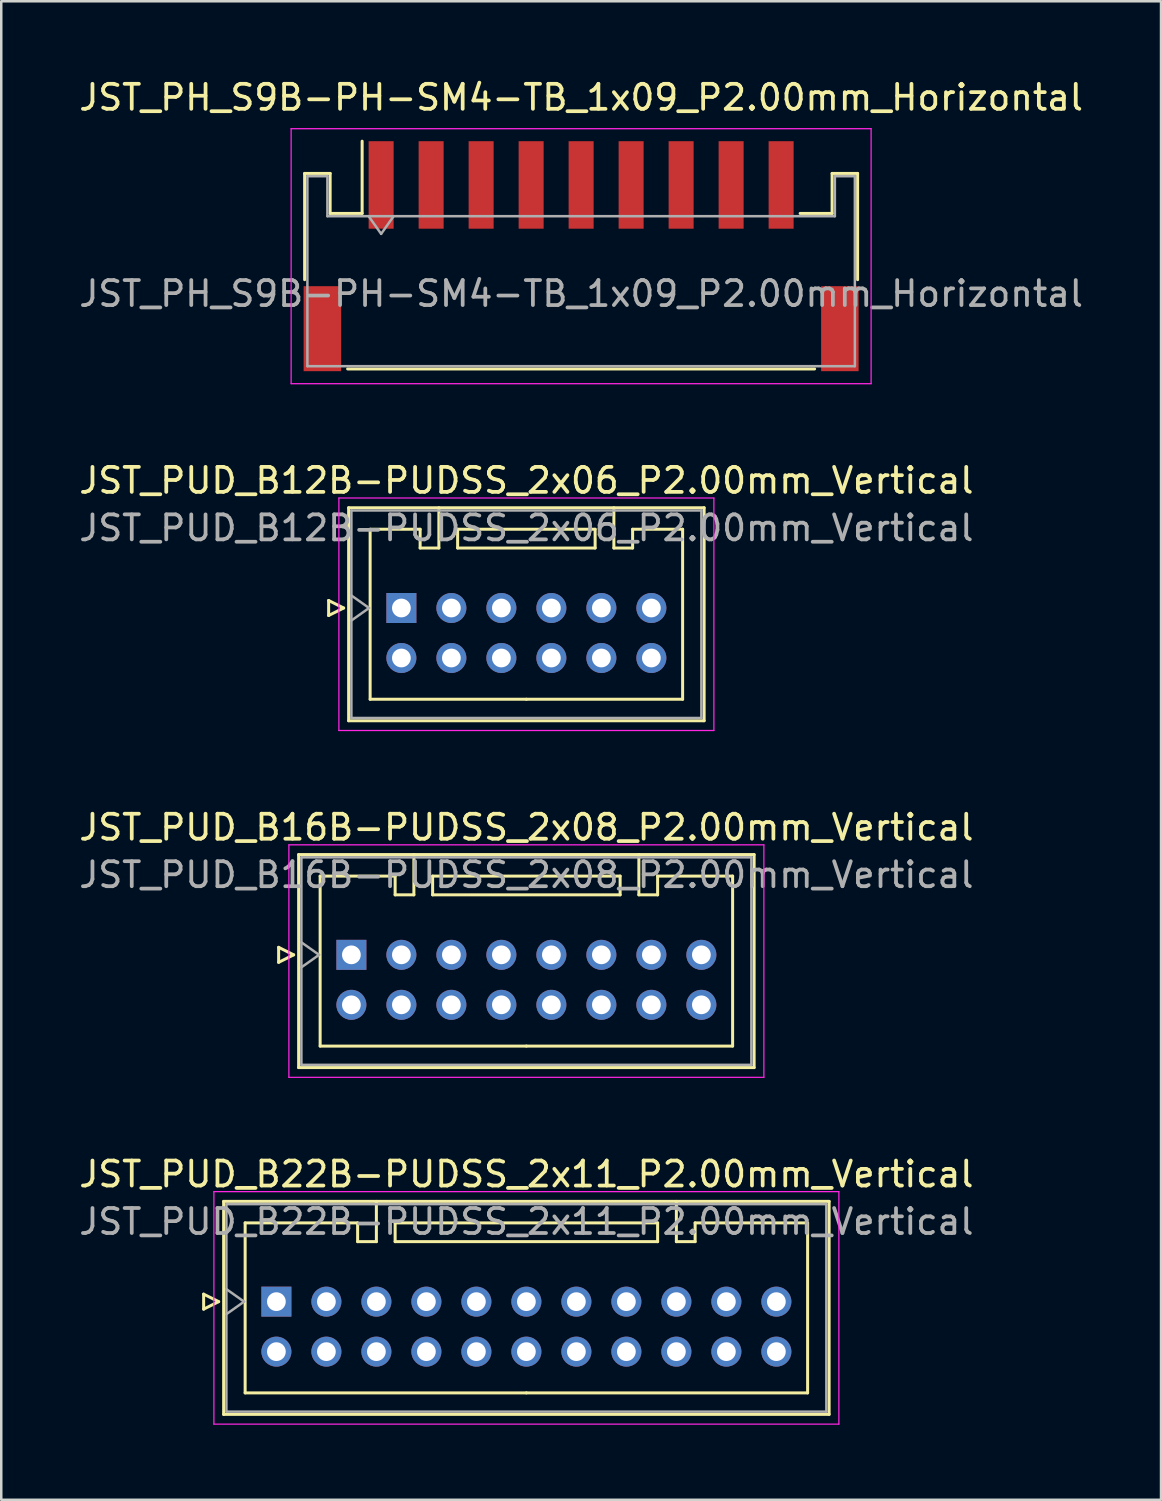
<source format=kicad_pcb>
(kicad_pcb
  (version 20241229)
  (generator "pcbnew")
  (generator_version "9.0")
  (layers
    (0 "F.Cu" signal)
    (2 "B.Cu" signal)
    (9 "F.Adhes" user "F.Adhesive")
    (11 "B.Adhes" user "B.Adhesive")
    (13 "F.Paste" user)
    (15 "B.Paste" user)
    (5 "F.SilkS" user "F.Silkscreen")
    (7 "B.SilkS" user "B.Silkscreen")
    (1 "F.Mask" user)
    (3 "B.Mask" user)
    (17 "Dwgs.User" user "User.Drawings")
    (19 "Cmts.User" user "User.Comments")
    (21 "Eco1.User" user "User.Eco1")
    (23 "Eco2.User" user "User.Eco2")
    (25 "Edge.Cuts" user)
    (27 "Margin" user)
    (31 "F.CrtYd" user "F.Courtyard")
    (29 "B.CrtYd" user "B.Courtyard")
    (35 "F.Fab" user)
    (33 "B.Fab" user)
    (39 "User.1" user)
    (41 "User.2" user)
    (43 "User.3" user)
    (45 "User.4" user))
  (footprint "JST_PUD_B16B-PUDSS_2x08_P2.00mm_Vertical"
    (layer "F.Cu")
    (at 11.006 35.145)
    (property "Reference" "JST_PUD_B16B-PUDSS_2x08_P2.00mm_Vertical" (at 7 -5.1 0) (layer "F.SilkS") (effects (font (size 1 1) (thickness 0.15))))
    (attr through_hole)
    (fp_line (start -2.91 -0.3) (end -2.31 0) (stroke (width 0.12) (type solid)) (layer "F.SilkS"))
    (fp_line (start -2.91 0.3) (end -2.91 -0.3) (stroke (width 0.12) (type solid)) (layer "F.SilkS"))
    (fp_line (start -2.31 0) (end -2.91 0.3) (stroke (width 0.12) (type solid)) (layer "F.SilkS"))
    (fp_line (start -2.11 -4.01) (end -2.11 4.51) (stroke (width 0.12) (type solid)) (layer "F.SilkS"))
    (fp_line (start -2.11 4.51) (end 16.11 4.51) (stroke (width 0.12) (type solid)) (layer "F.SilkS"))
    (fp_line (start -1.25 -3.15) (end -1.25 3.65) (stroke (width 0.12) (type solid)) (layer "F.SilkS"))
    (fp_line (start -1.25 3.65) (end 7 3.65) (stroke (width 0.12) (type solid)) (layer "F.SilkS"))
    (fp_line (start 1.75 -3.15) (end -1.25 -3.15) (stroke (width 0.12) (type solid)) (layer "F.SilkS"))
    (fp_line (start 1.75 -2.4) (end 1.75 -3.15) (stroke (width 0.12) (type solid)) (layer "F.SilkS"))
    (fp_line (start 2.5 -4.01) (end 2.5 -2.4) (stroke (width 0.12) (type solid)) (layer "F.SilkS"))
    (fp_line (start 2.5 -2.4) (end 1.75 -2.4) (stroke (width 0.12) (type solid)) (layer "F.SilkS"))
    (fp_line (start 3.25 -3.15) (end 3.25 -2.4) (stroke (width 0.12) (type solid)) (layer "F.SilkS"))
    (fp_line (start 3.25 -2.4) (end 10.75 -2.4) (stroke (width 0.12) (type solid)) (layer "F.SilkS"))
    (fp_line (start 10.75 -3.15) (end 3.25 -3.15) (stroke (width 0.12) (type solid)) (layer "F.SilkS"))
    (fp_line (start 10.75 -2.4) (end 10.75 -3.15) (stroke (width 0.12) (type solid)) (layer "F.SilkS"))
    (fp_line (start 11.5 -4.01) (end 11.5 -2.4) (stroke (width 0.12) (type solid)) (layer "F.SilkS"))
    (fp_line (start 11.5 -2.4) (end 12.25 -2.4) (stroke (width 0.12) (type solid)) (layer "F.SilkS"))
    (fp_line (start 12.25 -3.15) (end 15.25 -3.15) (stroke (width 0.12) (type solid)) (layer "F.SilkS"))
    (fp_line (start 12.25 -2.4) (end 12.25 -3.15) (stroke (width 0.12) (type solid)) (layer "F.SilkS"))
    (fp_line (start 15.25 -3.15) (end 15.25 3.65) (stroke (width 0.12) (type solid)) (layer "F.SilkS"))
    (fp_line (start 15.25 3.65) (end 7 3.65) (stroke (width 0.12) (type solid)) (layer "F.SilkS"))
    (fp_line (start 16.11 -4.01) (end -2.11 -4.01) (stroke (width 0.12) (type solid)) (layer "F.SilkS"))
    (fp_line (start 16.11 4.51) (end 16.11 -4.01) (stroke (width 0.12) (type solid)) (layer "F.SilkS"))
    (fp_line (start -2.5 -4.4) (end -2.5 4.9) (stroke (width 0.05) (type solid)) (layer "F.CrtYd"))
    (fp_line (start -2.5 4.9) (end 16.5 4.9) (stroke (width 0.05) (type solid)) (layer "F.CrtYd"))
    (fp_line (start 16.5 -4.4) (end -2.5 -4.4) (stroke (width 0.05) (type solid)) (layer "F.CrtYd"))
    (fp_line (start 16.5 4.9) (end 16.5 -4.4) (stroke (width 0.05) (type solid)) (layer "F.CrtYd"))
    (fp_line (start -2 -3.9) (end -2 4.4) (stroke (width 0.1) (type solid)) (layer "F.Fab"))
    (fp_line (start -2 0.5) (end -1.293 0) (stroke (width 0.1) (type solid)) (layer "F.Fab"))
    (fp_line (start -2 4.4) (end 16 4.4) (stroke (width 0.1) (type solid)) (layer "F.Fab"))
    (fp_line (start -1.293 0) (end -2 -0.5) (stroke (width 0.1) (type solid)) (layer "F.Fab"))
    (fp_line (start 16 -3.9) (end -2 -3.9) (stroke (width 0.1) (type solid)) (layer "F.Fab"))
    (fp_line (start 16 4.4) (end 16 -3.9) (stroke (width 0.1) (type solid)) (layer "F.Fab"))
    (fp_text user "${REFERENCE}" (at 7 -3.2 0) (layer "F.Fab") (effects (font (size 1 1) (thickness 0.15))))
    (pad "1" thru_hole rect (at 0 0) (size 1.2 1.2) (drill 0.75) (layers "*.Cu" "*.Mask"))
    (pad "2" thru_hole circle (at 0 2) (size 1.2 1.2) (drill 0.75) (layers "*.Cu" "*.Mask"))
    (pad "3" thru_hole circle (at 2 0) (size 1.2 1.2) (drill 0.75) (layers "*.Cu" "*.Mask"))
    (pad "4" thru_hole circle (at 2 2) (size 1.2 1.2) (drill 0.75) (layers "*.Cu" "*.Mask"))
    (pad "5" thru_hole circle (at 4 0) (size 1.2 1.2) (drill 0.75) (layers "*.Cu" "*.Mask"))
    (pad "6" thru_hole circle (at 4 2) (size 1.2 1.2) (drill 0.75) (layers "*.Cu" "*.Mask"))
    (pad "7" thru_hole circle (at 6 0) (size 1.2 1.2) (drill 0.75) (layers "*.Cu" "*.Mask"))
    (pad "8" thru_hole circle (at 6 2) (size 1.2 1.2) (drill 0.75) (layers "*.Cu" "*.Mask"))
    (pad "9" thru_hole circle (at 8 0) (size 1.2 1.2) (drill 0.75) (layers "*.Cu" "*.Mask"))
    (pad "10" thru_hole circle (at 8 2) (size 1.2 1.2) (drill 0.75) (layers "*.Cu" "*.Mask"))
    (pad "11" thru_hole circle (at 10 0) (size 1.2 1.2) (drill 0.75) (layers "*.Cu" "*.Mask"))
    (pad "12" thru_hole circle (at 10 2) (size 1.2 1.2) (drill 0.75) (layers "*.Cu" "*.Mask"))
    (pad "13" thru_hole circle (at 12 0) (size 1.2 1.2) (drill 0.75) (layers "*.Cu" "*.Mask"))
    (pad "14" thru_hole circle (at 12 2) (size 1.2 1.2) (drill 0.75) (layers "*.Cu" "*.Mask"))
    (pad "15" thru_hole circle (at 14 0) (size 1.2 1.2) (drill 0.75) (layers "*.Cu" "*.Mask"))
    (pad "16" thru_hole circle (at 14 2) (size 1.2 1.2) (drill 0.75) (layers "*.Cu" "*.Mask")))
  (footprint "JST_PUD_B22B-PUDSS_2x11_P2.00mm_Vertical"
    (layer "F.Cu")
    (at 8.006 49.018)
    (property "Reference" "JST_PUD_B22B-PUDSS_2x11_P2.00mm_Vertical" (at 10 -5.1 0) (layer "F.SilkS") (effects (font (size 1 1) (thickness 0.15))))
    (attr through_hole)
    (fp_line (start -2.91 -0.3) (end -2.31 0) (stroke (width 0.12) (type solid)) (layer "F.SilkS"))
    (fp_line (start -2.91 0.3) (end -2.91 -0.3) (stroke (width 0.12) (type solid)) (layer "F.SilkS"))
    (fp_line (start -2.31 0) (end -2.91 0.3) (stroke (width 0.12) (type solid)) (layer "F.SilkS"))
    (fp_line (start -2.11 -4.01) (end -2.11 4.51) (stroke (width 0.12) (type solid)) (layer "F.SilkS"))
    (fp_line (start -2.11 4.51) (end 22.11 4.51) (stroke (width 0.12) (type solid)) (layer "F.SilkS"))
    (fp_line (start -1.25 -3.15) (end -1.25 3.65) (stroke (width 0.12) (type solid)) (layer "F.SilkS"))
    (fp_line (start -1.25 3.65) (end 10 3.65) (stroke (width 0.12) (type solid)) (layer "F.SilkS"))
    (fp_line (start 3.25 -3.15) (end -1.25 -3.15) (stroke (width 0.12) (type solid)) (layer "F.SilkS"))
    (fp_line (start 3.25 -2.4) (end 3.25 -3.15) (stroke (width 0.12) (type solid)) (layer "F.SilkS"))
    (fp_line (start 4 -4.01) (end 4 -2.4) (stroke (width 0.12) (type solid)) (layer "F.SilkS"))
    (fp_line (start 4 -2.4) (end 3.25 -2.4) (stroke (width 0.12) (type solid)) (layer "F.SilkS"))
    (fp_line (start 4.75 -3.15) (end 4.75 -2.4) (stroke (width 0.12) (type solid)) (layer "F.SilkS"))
    (fp_line (start 4.75 -2.4) (end 15.25 -2.4) (stroke (width 0.12) (type solid)) (layer "F.SilkS"))
    (fp_line (start 15.25 -3.15) (end 4.75 -3.15) (stroke (width 0.12) (type solid)) (layer "F.SilkS"))
    (fp_line (start 15.25 -2.4) (end 15.25 -3.15) (stroke (width 0.12) (type solid)) (layer "F.SilkS"))
    (fp_line (start 16 -4.01) (end 16 -2.4) (stroke (width 0.12) (type solid)) (layer "F.SilkS"))
    (fp_line (start 16 -2.4) (end 16.75 -2.4) (stroke (width 0.12) (type solid)) (layer "F.SilkS"))
    (fp_line (start 16.75 -3.15) (end 21.25 -3.15) (stroke (width 0.12) (type solid)) (layer "F.SilkS"))
    (fp_line (start 16.75 -2.4) (end 16.75 -3.15) (stroke (width 0.12) (type solid)) (layer "F.SilkS"))
    (fp_line (start 21.25 -3.15) (end 21.25 3.65) (stroke (width 0.12) (type solid)) (layer "F.SilkS"))
    (fp_line (start 21.25 3.65) (end 10 3.65) (stroke (width 0.12) (type solid)) (layer "F.SilkS"))
    (fp_line (start 22.11 -4.01) (end -2.11 -4.01) (stroke (width 0.12) (type solid)) (layer "F.SilkS"))
    (fp_line (start 22.11 4.51) (end 22.11 -4.01) (stroke (width 0.12) (type solid)) (layer "F.SilkS"))
    (fp_line (start -2.5 -4.4) (end -2.5 4.9) (stroke (width 0.05) (type solid)) (layer "F.CrtYd"))
    (fp_line (start -2.5 4.9) (end 22.5 4.9) (stroke (width 0.05) (type solid)) (layer "F.CrtYd"))
    (fp_line (start 22.5 -4.4) (end -2.5 -4.4) (stroke (width 0.05) (type solid)) (layer "F.CrtYd"))
    (fp_line (start 22.5 4.9) (end 22.5 -4.4) (stroke (width 0.05) (type solid)) (layer "F.CrtYd"))
    (fp_line (start -2 -3.9) (end -2 4.4) (stroke (width 0.1) (type solid)) (layer "F.Fab"))
    (fp_line (start -2 0.5) (end -1.293 0) (stroke (width 0.1) (type solid)) (layer "F.Fab"))
    (fp_line (start -2 4.4) (end 22 4.4) (stroke (width 0.1) (type solid)) (layer "F.Fab"))
    (fp_line (start -1.293 0) (end -2 -0.5) (stroke (width 0.1) (type solid)) (layer "F.Fab"))
    (fp_line (start 22 -3.9) (end -2 -3.9) (stroke (width 0.1) (type solid)) (layer "F.Fab"))
    (fp_line (start 22 4.4) (end 22 -3.9) (stroke (width 0.1) (type solid)) (layer "F.Fab"))
    (fp_text user "${REFERENCE}" (at 10 -3.2 0) (layer "F.Fab") (effects (font (size 1 1) (thickness 0.15))))
    (pad "1" thru_hole rect (at 0 0) (size 1.2 1.2) (drill 0.75) (layers "*.Cu" "*.Mask"))
    (pad "2" thru_hole circle (at 0 2) (size 1.2 1.2) (drill 0.75) (layers "*.Cu" "*.Mask"))
    (pad "3" thru_hole circle (at 2 0) (size 1.2 1.2) (drill 0.75) (layers "*.Cu" "*.Mask"))
    (pad "4" thru_hole circle (at 2 2) (size 1.2 1.2) (drill 0.75) (layers "*.Cu" "*.Mask"))
    (pad "5" thru_hole circle (at 4 0) (size 1.2 1.2) (drill 0.75) (layers "*.Cu" "*.Mask"))
    (pad "6" thru_hole circle (at 4 2) (size 1.2 1.2) (drill 0.75) (layers "*.Cu" "*.Mask"))
    (pad "7" thru_hole circle (at 6 0) (size 1.2 1.2) (drill 0.75) (layers "*.Cu" "*.Mask"))
    (pad "8" thru_hole circle (at 6 2) (size 1.2 1.2) (drill 0.75) (layers "*.Cu" "*.Mask"))
    (pad "9" thru_hole circle (at 8 0) (size 1.2 1.2) (drill 0.75) (layers "*.Cu" "*.Mask"))
    (pad "10" thru_hole circle (at 8 2) (size 1.2 1.2) (drill 0.75) (layers "*.Cu" "*.Mask"))
    (pad "11" thru_hole circle (at 10 0) (size 1.2 1.2) (drill 0.75) (layers "*.Cu" "*.Mask"))
    (pad "12" thru_hole circle (at 10 2) (size 1.2 1.2) (drill 0.75) (layers "*.Cu" "*.Mask"))
    (pad "13" thru_hole circle (at 12 0) (size 1.2 1.2) (drill 0.75) (layers "*.Cu" "*.Mask"))
    (pad "14" thru_hole circle (at 12 2) (size 1.2 1.2) (drill 0.75) (layers "*.Cu" "*.Mask"))
    (pad "15" thru_hole circle (at 14 0) (size 1.2 1.2) (drill 0.75) (layers "*.Cu" "*.Mask"))
    (pad "16" thru_hole circle (at 14 2) (size 1.2 1.2) (drill 0.75) (layers "*.Cu" "*.Mask"))
    (pad "17" thru_hole circle (at 16 0) (size 1.2 1.2) (drill 0.75) (layers "*.Cu" "*.Mask"))
    (pad "18" thru_hole circle (at 16 2) (size 1.2 1.2) (drill 0.75) (layers "*.Cu" "*.Mask"))
    (pad "19" thru_hole circle (at 18 0) (size 1.2 1.2) (drill 0.75) (layers "*.Cu" "*.Mask"))
    (pad "20" thru_hole circle (at 18 2) (size 1.2 1.2) (drill 0.75) (layers "*.Cu" "*.Mask"))
    (pad "21" thru_hole circle (at 20 0) (size 1.2 1.2) (drill 0.75) (layers "*.Cu" "*.Mask"))
    (pad "22" thru_hole circle (at 20 2) (size 1.2 1.2) (drill 0.75) (layers "*.Cu" "*.Mask")))
  (footprint "JST_PH_S9B-PH-SM4-TB_1x09_P2.00mm_Horizontal"
    (layer "F.Cu")
    (at 20.196 7.198)
    (property "Reference" "JST_PH_S9B-PH-SM4-TB_1x09_P2.00mm_Horizontal" (at 0 -6.35 0) (layer "F.SilkS") (effects (font (size 1 1) (thickness 0.15))))
    (attr smd)
    (fp_line (start -11.06 -3.31) (end -10.04 -3.31) (stroke (width 0.12) (type solid)) (layer "F.SilkS"))
    (fp_line (start -11.06 0.94) (end -11.06 -3.31) (stroke (width 0.12) (type solid)) (layer "F.SilkS"))
    (fp_line (start -10.04 -3.31) (end -10.04 -1.71) (stroke (width 0.12) (type solid)) (layer "F.SilkS"))
    (fp_line (start -10.04 -1.71) (end -8.76 -1.71) (stroke (width 0.12) (type solid)) (layer "F.SilkS"))
    (fp_line (start -9.34 4.51) (end 9.34 4.51) (stroke (width 0.12) (type solid)) (layer "F.SilkS"))
    (fp_line (start -8.76 -1.71) (end -8.76 -4.6) (stroke (width 0.12) (type solid)) (layer "F.SilkS"))
    (fp_line (start 10.04 -3.31) (end 10.04 -1.71) (stroke (width 0.12) (type solid)) (layer "F.SilkS"))
    (fp_line (start 10.04 -1.71) (end 8.76 -1.71) (stroke (width 0.12) (type solid)) (layer "F.SilkS"))
    (fp_line (start 11.06 -3.31) (end 10.04 -3.31) (stroke (width 0.12) (type solid)) (layer "F.SilkS"))
    (fp_line (start 11.06 0.94) (end 11.06 -3.31) (stroke (width 0.12) (type solid)) (layer "F.SilkS"))
    (fp_line (start -11.6 -5.1) (end -11.6 5.1) (stroke (width 0.05) (type solid)) (layer "F.CrtYd"))
    (fp_line (start -11.6 5.1) (end 11.6 5.1) (stroke (width 0.05) (type solid)) (layer "F.CrtYd"))
    (fp_line (start 11.6 -5.1) (end -11.6 -5.1) (stroke (width 0.05) (type solid)) (layer "F.CrtYd"))
    (fp_line (start 11.6 5.1) (end 11.6 -5.1) (stroke (width 0.05) (type solid)) (layer "F.CrtYd"))
    (fp_line (start -10.95 -3.2) (end -10.95 4.4) (stroke (width 0.1) (type solid)) (layer "F.Fab"))
    (fp_line (start -10.95 -3.2) (end -10.15 -3.2) (stroke (width 0.1) (type solid)) (layer "F.Fab"))
    (fp_line (start -10.95 4.4) (end 10.95 4.4) (stroke (width 0.1) (type solid)) (layer "F.Fab"))
    (fp_line (start -10.15 -3.2) (end -10.15 -1.6) (stroke (width 0.1) (type solid)) (layer "F.Fab"))
    (fp_line (start -10.15 -1.6) (end 10.15 -1.6) (stroke (width 0.1) (type solid)) (layer "F.Fab"))
    (fp_line (start -8.5 -1.6) (end -8 -0.893) (stroke (width 0.1) (type solid)) (layer "F.Fab"))
    (fp_line (start -8 -0.893) (end -7.5 -1.6) (stroke (width 0.1) (type solid)) (layer "F.Fab"))
    (fp_line (start 10.15 -3.2) (end 10.95 -3.2) (stroke (width 0.1) (type solid)) (layer "F.Fab"))
    (fp_line (start 10.15 -1.6) (end 10.15 -3.2) (stroke (width 0.1) (type solid)) (layer "F.Fab"))
    (fp_line (start 10.95 -3.2) (end 10.95 4.4) (stroke (width 0.1) (type solid)) (layer "F.Fab"))
    (fp_text user "${REFERENCE}" (at 0 1.5 0) (layer "F.Fab") (effects (font (size 1 1) (thickness 0.15))))
    (pad "" smd rect (at -10.35 2.9) (size 1.5 3.4) (layers "F.Cu" "F.Mask" "F.Paste"))
    (pad "" smd rect (at 10.35 2.9) (size 1.5 3.4) (layers "F.Cu" "F.Mask" "F.Paste"))
    (pad "1" smd rect (at -8 -2.85) (size 1 3.5) (layers "F.Cu" "F.Mask" "F.Paste"))
    (pad "2" smd rect (at -6 -2.85) (size 1 3.5) (layers "F.Cu" "F.Mask" "F.Paste"))
    (pad "3" smd rect (at -4 -2.85) (size 1 3.5) (layers "F.Cu" "F.Mask" "F.Paste"))
    (pad "4" smd rect (at -2 -2.85) (size 1 3.5) (layers "F.Cu" "F.Mask" "F.Paste"))
    (pad "5" smd rect (at 0 -2.85) (size 1 3.5) (layers "F.Cu" "F.Mask" "F.Paste"))
    (pad "6" smd rect (at 2 -2.85) (size 1 3.5) (layers "F.Cu" "F.Mask" "F.Paste"))
    (pad "7" smd rect (at 4 -2.85) (size 1 3.5) (layers "F.Cu" "F.Mask" "F.Paste"))
    (pad "8" smd rect (at 6 -2.85) (size 1 3.5) (layers "F.Cu" "F.Mask" "F.Paste"))
    (pad "9" smd rect (at 8 -2.85) (size 1 3.5) (layers "F.Cu" "F.Mask" "F.Paste")))
  (footprint "JST_PUD_B12B-PUDSS_2x06_P2.00mm_Vertical"
    (layer "F.Cu")
    (at 13.006 21.271)
    (property "Reference" "JST_PUD_B12B-PUDSS_2x06_P2.00mm_Vertical" (at 5 -5.1 0) (layer "F.SilkS") (effects (font (size 1 1) (thickness 0.15))))
    (attr through_hole)
    (fp_line (start -2.91 -0.3) (end -2.31 0) (stroke (width 0.12) (type solid)) (layer "F.SilkS"))
    (fp_line (start -2.91 0.3) (end -2.91 -0.3) (stroke (width 0.12) (type solid)) (layer "F.SilkS"))
    (fp_line (start -2.31 0) (end -2.91 0.3) (stroke (width 0.12) (type solid)) (layer "F.SilkS"))
    (fp_line (start -2.11 -4.01) (end -2.11 4.51) (stroke (width 0.12) (type solid)) (layer "F.SilkS"))
    (fp_line (start -2.11 4.51) (end 12.11 4.51) (stroke (width 0.12) (type solid)) (layer "F.SilkS"))
    (fp_line (start -1.25 -3.15) (end -1.25 3.65) (stroke (width 0.12) (type solid)) (layer "F.SilkS"))
    (fp_line (start -1.25 3.65) (end 5 3.65) (stroke (width 0.12) (type solid)) (layer "F.SilkS"))
    (fp_line (start 0.75 -3.15) (end -1.25 -3.15) (stroke (width 0.12) (type solid)) (layer "F.SilkS"))
    (fp_line (start 0.75 -2.4) (end 0.75 -3.15) (stroke (width 0.12) (type solid)) (layer "F.SilkS"))
    (fp_line (start 1.5 -4.01) (end 1.5 -2.4) (stroke (width 0.12) (type solid)) (layer "F.SilkS"))
    (fp_line (start 1.5 -2.4) (end 0.75 -2.4) (stroke (width 0.12) (type solid)) (layer "F.SilkS"))
    (fp_line (start 2.25 -3.15) (end 2.25 -2.4) (stroke (width 0.12) (type solid)) (layer "F.SilkS"))
    (fp_line (start 2.25 -2.4) (end 7.75 -2.4) (stroke (width 0.12) (type solid)) (layer "F.SilkS"))
    (fp_line (start 7.75 -3.15) (end 2.25 -3.15) (stroke (width 0.12) (type solid)) (layer "F.SilkS"))
    (fp_line (start 7.75 -2.4) (end 7.75 -3.15) (stroke (width 0.12) (type solid)) (layer "F.SilkS"))
    (fp_line (start 8.5 -4.01) (end 8.5 -2.4) (stroke (width 0.12) (type solid)) (layer "F.SilkS"))
    (fp_line (start 8.5 -2.4) (end 9.25 -2.4) (stroke (width 0.12) (type solid)) (layer "F.SilkS"))
    (fp_line (start 9.25 -3.15) (end 11.25 -3.15) (stroke (width 0.12) (type solid)) (layer "F.SilkS"))
    (fp_line (start 9.25 -2.4) (end 9.25 -3.15) (stroke (width 0.12) (type solid)) (layer "F.SilkS"))
    (fp_line (start 11.25 -3.15) (end 11.25 3.65) (stroke (width 0.12) (type solid)) (layer "F.SilkS"))
    (fp_line (start 11.25 3.65) (end 5 3.65) (stroke (width 0.12) (type solid)) (layer "F.SilkS"))
    (fp_line (start 12.11 -4.01) (end -2.11 -4.01) (stroke (width 0.12) (type solid)) (layer "F.SilkS"))
    (fp_line (start 12.11 4.51) (end 12.11 -4.01) (stroke (width 0.12) (type solid)) (layer "F.SilkS"))
    (fp_line (start -2.5 -4.4) (end -2.5 4.9) (stroke (width 0.05) (type solid)) (layer "F.CrtYd"))
    (fp_line (start -2.5 4.9) (end 12.5 4.9) (stroke (width 0.05) (type solid)) (layer "F.CrtYd"))
    (fp_line (start 12.5 -4.4) (end -2.5 -4.4) (stroke (width 0.05) (type solid)) (layer "F.CrtYd"))
    (fp_line (start 12.5 4.9) (end 12.5 -4.4) (stroke (width 0.05) (type solid)) (layer "F.CrtYd"))
    (fp_line (start -2 -3.9) (end -2 4.4) (stroke (width 0.1) (type solid)) (layer "F.Fab"))
    (fp_line (start -2 0.5) (end -1.293 0) (stroke (width 0.1) (type solid)) (layer "F.Fab"))
    (fp_line (start -2 4.4) (end 12 4.4) (stroke (width 0.1) (type solid)) (layer "F.Fab"))
    (fp_line (start -1.293 0) (end -2 -0.5) (stroke (width 0.1) (type solid)) (layer "F.Fab"))
    (fp_line (start 12 -3.9) (end -2 -3.9) (stroke (width 0.1) (type solid)) (layer "F.Fab"))
    (fp_line (start 12 4.4) (end 12 -3.9) (stroke (width 0.1) (type solid)) (layer "F.Fab"))
    (fp_text user "${REFERENCE}" (at 5 -3.2 0) (layer "F.Fab") (effects (font (size 1 1) (thickness 0.15))))
    (pad "1" thru_hole rect (at 0 0) (size 1.2 1.2) (drill 0.75) (layers "*.Cu" "*.Mask"))
    (pad "2" thru_hole circle (at 0 2) (size 1.2 1.2) (drill 0.75) (layers "*.Cu" "*.Mask"))
    (pad "3" thru_hole circle (at 2 0) (size 1.2 1.2) (drill 0.75) (layers "*.Cu" "*.Mask"))
    (pad "4" thru_hole circle (at 2 2) (size 1.2 1.2) (drill 0.75) (layers "*.Cu" "*.Mask"))
    (pad "5" thru_hole circle (at 4 0) (size 1.2 1.2) (drill 0.75) (layers "*.Cu" "*.Mask"))
    (pad "6" thru_hole circle (at 4 2) (size 1.2 1.2) (drill 0.75) (layers "*.Cu" "*.Mask"))
    (pad "7" thru_hole circle (at 6 0) (size 1.2 1.2) (drill 0.75) (layers "*.Cu" "*.Mask"))
    (pad "8" thru_hole circle (at 6 2) (size 1.2 1.2) (drill 0.75) (layers "*.Cu" "*.Mask"))
    (pad "9" thru_hole circle (at 8 0) (size 1.2 1.2) (drill 0.75) (layers "*.Cu" "*.Mask"))
    (pad "10" thru_hole circle (at 8 2) (size 1.2 1.2) (drill 0.75) (layers "*.Cu" "*.Mask"))
    (pad "11" thru_hole circle (at 10 0) (size 1.2 1.2) (drill 0.75) (layers "*.Cu" "*.Mask"))
    (pad "12" thru_hole circle (at 10 2) (size 1.2 1.2) (drill 0.75) (layers "*.Cu" "*.Mask")))
  (gr_rect
    (start -3 -3)
    (end 43.393 56.943)
    (stroke (width 0.1) (type default))
    (fill no)
    (layer "Edge.Cuts")))
</source>
